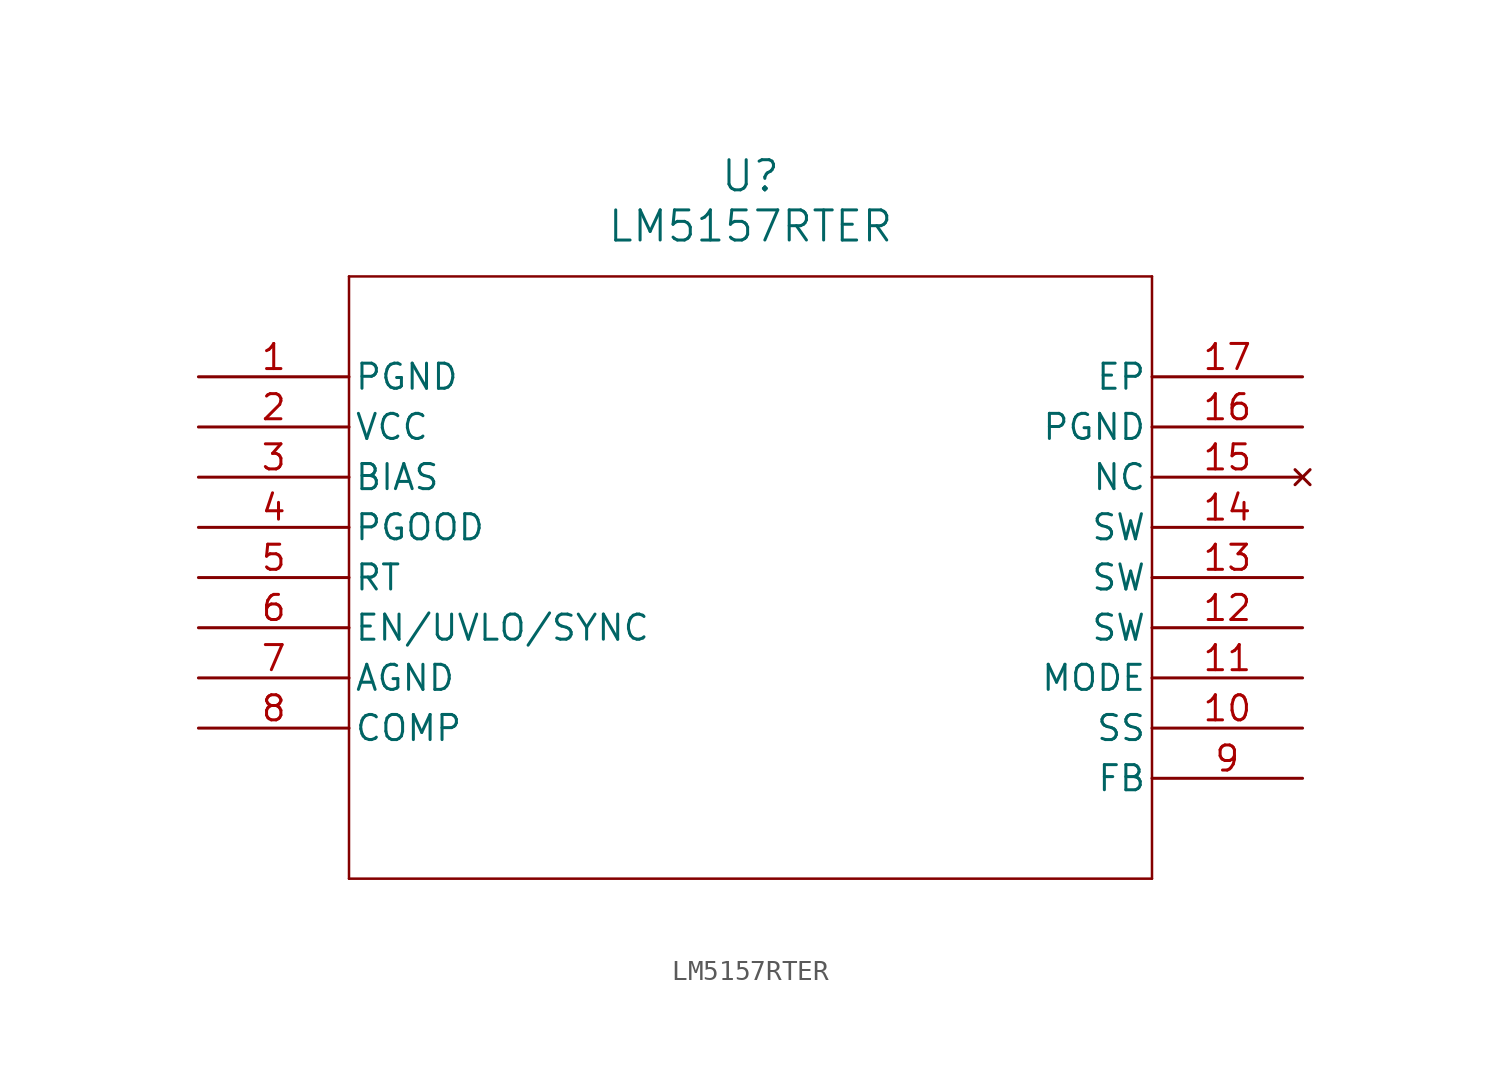
<source format=kicad_sym>
(kicad_symbol_lib
  (version 20211014)
  (generator kicad_symbol_editor)
  (symbol "LM5157RTER"
    (pin_names
      (offset 0.254))
    (property "Reference" "U"
      (at 27.94 10.16 0)
      (effects (font (size 1.524 1.524))))
    (property "Value" "LM5157RTER"
      (at 27.94 7.62 0)
      (effects (font (size 1.524 1.524))))
    (symbol "LM5157RTER_0_1"
      (polyline (pts (xy 7.62 5.08) (xy 7.62 -25.4)) (stroke (width 0.127) (type default) (color 0 0 0 0)) (fill (type none)))
      (polyline (pts (xy 7.62 -25.4) (xy 48.26 -25.4)) (stroke (width 0.127) (type default) (color 0 0 0 0)) (fill (type none)))
      (polyline (pts (xy 48.26 -25.4) (xy 48.26 5.08)) (stroke (width 0.127) (type default) (color 0 0 0 0)) (fill (type none)))
      (polyline (pts (xy 48.26 5.08) (xy 7.62 5.08)) (stroke (width 0.127) (type default) (color 0 0 0 0)) (fill (type none)))
      (pin power_out line (at 0 0 0) (length 7.62) (name "PGND" (effects (font (size 1.27 1.27)))) (number "1" (effects (font (size 1.27 1.27)))))
      (pin power_in line (at 0 -2.54 0) (length 7.62) (name "VCC" (effects (font (size 1.27 1.27)))) (number "2" (effects (font (size 1.27 1.27)))))
      (pin unspecified line (at 0 -5.08 0) (length 7.62) (name "BIAS" (effects (font (size 1.27 1.27)))) (number "3" (effects (font (size 1.27 1.27)))))
      (pin power_in line (at 0 -7.62 0) (length 7.62) (name "PGOOD" (effects (font (size 1.27 1.27)))) (number "4" (effects (font (size 1.27 1.27)))))
      (pin unspecified line (at 0 -10.16 0) (length 7.62) (name "RT" (effects (font (size 1.27 1.27)))) (number "5" (effects (font (size 1.27 1.27)))))
      (pin unspecified line (at 0 -12.7 0) (length 7.62) (name "EN/UVLO/SYNC" (effects (font (size 1.27 1.27)))) (number "6" (effects (font (size 1.27 1.27)))))
      (pin power_out line (at 0 -15.24 0) (length 7.62) (name "AGND" (effects (font (size 1.27 1.27)))) (number "7" (effects (font (size 1.27 1.27)))))
      (pin unspecified line (at 0 -17.78 0) (length 7.62) (name "COMP" (effects (font (size 1.27 1.27)))) (number "8" (effects (font (size 1.27 1.27)))))
      (pin unspecified line (at 55.88 -20.32 180) (length 7.62) (name "FB" (effects (font (size 1.27 1.27)))) (number "9" (effects (font (size 1.27 1.27)))))
      (pin unspecified line (at 55.88 -17.78 180) (length 7.62) (name "SS" (effects (font (size 1.27 1.27)))) (number "10" (effects (font (size 1.27 1.27)))))
      (pin unspecified line (at 55.88 -15.24 180) (length 7.62) (name "MODE" (effects (font (size 1.27 1.27)))) (number "11" (effects (font (size 1.27 1.27)))))
      (pin unspecified line (at 55.88 -12.7 180) (length 7.62) (name "SW" (effects (font (size 1.27 1.27)))) (number "12" (effects (font (size 1.27 1.27)))))
      (pin unspecified line (at 55.88 -10.16 180) (length 7.62) (name "SW" (effects (font (size 1.27 1.27)))) (number "13" (effects (font (size 1.27 1.27)))))
      (pin unspecified line (at 55.88 -7.62 180) (length 7.62) (name "SW" (effects (font (size 1.27 1.27)))) (number "14" (effects (font (size 1.27 1.27)))))
      (pin no_connect line (at 55.88 -5.08 180) (length 7.62) (name "NC" (effects (font (size 1.27 1.27)))) (number "15" (effects (font (size 1.27 1.27)))))
      (pin power_out line (at 55.88 -2.54 180) (length 7.62) (name "PGND" (effects (font (size 1.27 1.27)))) (number "16" (effects (font (size 1.27 1.27)))))
      (pin unspecified line (at 55.88 0 180) (length 7.62) (name "EP" (effects (font (size 1.27 1.27)))) (number "17" (effects (font (size 1.27 1.27))))))))
</source>
